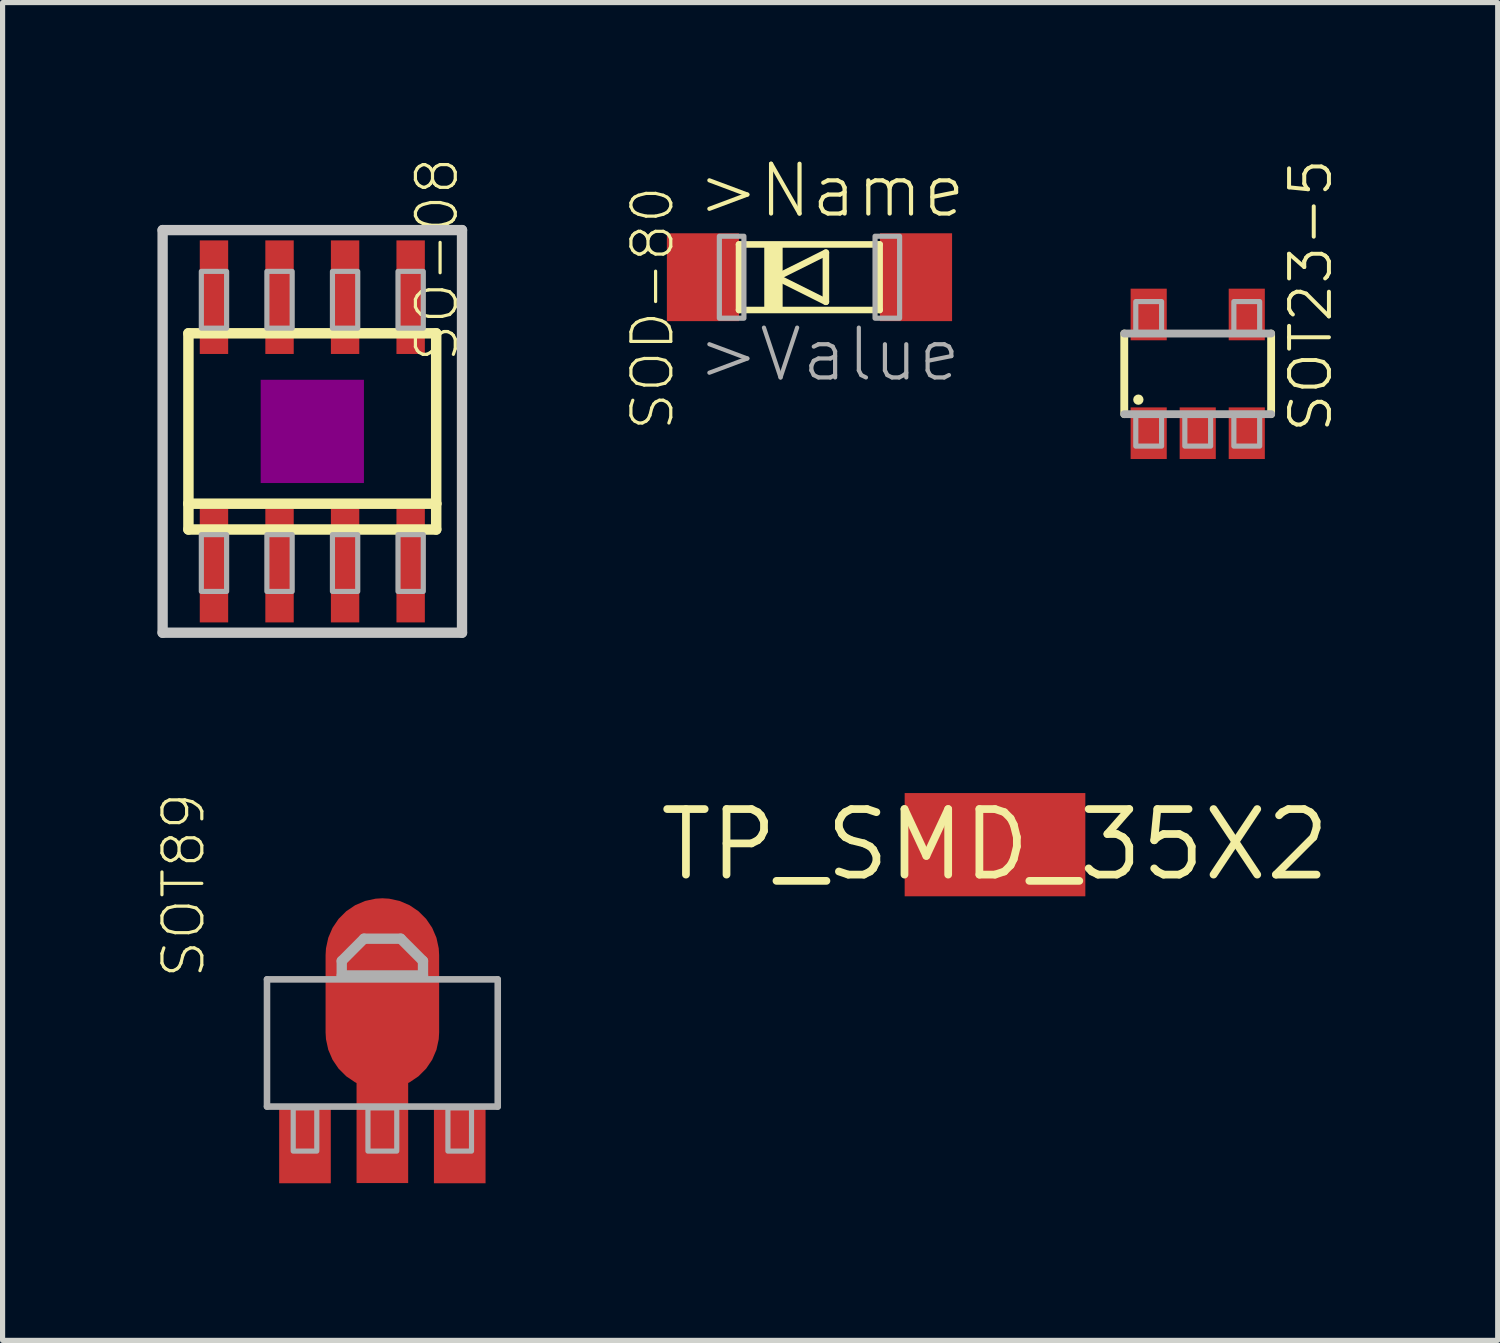
<source format=kicad_pcb>
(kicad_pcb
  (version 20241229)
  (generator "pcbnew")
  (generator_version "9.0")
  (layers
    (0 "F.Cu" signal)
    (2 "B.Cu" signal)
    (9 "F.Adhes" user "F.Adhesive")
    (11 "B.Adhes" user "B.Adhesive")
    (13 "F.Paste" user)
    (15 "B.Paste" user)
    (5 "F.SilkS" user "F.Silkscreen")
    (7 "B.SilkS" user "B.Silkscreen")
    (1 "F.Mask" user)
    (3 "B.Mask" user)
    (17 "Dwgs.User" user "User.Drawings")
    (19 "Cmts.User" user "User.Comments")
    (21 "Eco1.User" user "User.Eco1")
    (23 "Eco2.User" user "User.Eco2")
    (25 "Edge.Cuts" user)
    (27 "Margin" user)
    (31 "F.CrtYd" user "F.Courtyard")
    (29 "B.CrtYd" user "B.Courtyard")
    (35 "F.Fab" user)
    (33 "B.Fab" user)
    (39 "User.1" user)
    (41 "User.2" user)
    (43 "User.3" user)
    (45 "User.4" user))
  (footprint "SOD-80"
    (layer "F.Cu")
    (at 12.79 2.32)
    (property "Reference" "SOD-80" (at -3.2 0.6 270) (layer "F.SilkS") (effects (font (size 0.772 0.772) (thickness 0.062))))
    (attr through_hole)
    (fp_line (start -1.524 -0.635) (end 1.2 -0.635) (stroke (width 0.127) (type solid)) (layer "F.SilkS"))
    (fp_line (start -1.524 0.635) (end -1.524 -0.635) (stroke (width 0.127) (type solid)) (layer "F.SilkS"))
    (fp_line (start -0.794 0) (end 0.159 -0.476) (stroke (width 0.127) (type solid)) (layer "F.SilkS"))
    (fp_line (start 0.159 -0.476) (end 0.159 0.476) (stroke (width 0.127) (type solid)) (layer "F.SilkS"))
    (fp_line (start 0.159 0.476) (end -0.794 0) (stroke (width 0.127) (type solid)) (layer "F.SilkS"))
    (fp_line (start 1.2 -0.635) (end 1.2 0.635) (stroke (width 0.127) (type solid)) (layer "F.SilkS"))
    (fp_line (start 1.2 0.635) (end -1.524 0.635) (stroke (width 0.127) (type solid)) (layer "F.SilkS"))
    (fp_poly (pts (xy -1.035 0.635) (xy -0.679 0.635) (xy -0.679 -0.635) (xy -1.035 -0.635)) (stroke (width 0) (type solid)) (fill yes) (layer "F.SilkS"))
    (fp_poly (pts (xy -1.905 0.794) (xy -1.429 0.794) (xy -1.429 -0.794) (xy -1.905 -0.794)) (stroke (width 0.1) (type solid)) (fill no) (layer "F.Fab"))
    (fp_poly (pts (xy 1.111 0.794) (xy 1.587 0.794) (xy 1.587 -0.794) (xy 1.111 -0.794)) (stroke (width 0.1) (type solid)) (fill no) (layer "F.Fab"))
    (fp_text user ">Name" (at -2.381 -1.111 0) (layer "F.SilkS") (effects (font (size 0.965 0.965) (thickness 0.081)) (justify left bottom)))
    (fp_text user ">Value" (at -2.381 2.064 0) (layer "F.Fab") (effects (font (size 0.965 0.965) (thickness 0.081)) (justify left bottom)))
    (pad "A" smd rect (at 1.905 0) (size 1.397 1.702) (layers "F.Cu" "F.Mask" "F.Paste"))
    (pad "K" smd rect (at -2.223 0) (size 1.397 1.702) (layers "F.Cu" "F.Mask" "F.Paste")))
  (footprint "SOT89"
    (layer "F.Cu")
    (at 4.357 17.141)
    (property "Reference" "SOT89" (at -3.4 -1.2 270) (layer "F.SilkS") (effects (font (size 0.772 0.772) (thickness 0.062)) (justify left bottom)))
    (attr through_hole)
    (fp_poly (pts (xy -2.025 2.775) (xy -0.975 2.775) (xy -0.975 1.2) (xy -2.025 1.2)) (stroke (width 0) (type solid)) (fill yes) (layer "F.Mask"))
    (fp_poly (pts (xy -0.525 2.775) (xy 0.525 2.775) (xy 0.525 1.2) (xy -0.525 1.2)) (stroke (width 0) (type solid)) (fill yes) (layer "F.Mask"))
    (fp_poly (pts (xy 0.975 2.775) (xy 2.025 2.775) (xy 2.025 1.2) (xy 0.975 1.2)) (stroke (width 0) (type solid)) (fill yes) (layer "F.Mask"))
    (fp_poly (pts (xy -1.9 2.68) (xy -1.1 2.68) (xy -1.1 1.28) (xy -1.9 1.28)) (stroke (width 0) (type solid)) (fill yes) (layer "F.Paste"))
    (fp_poly (pts (xy -0.4 2.68) (xy 0.4 2.68) (xy 0.4 1.28) (xy -0.4 1.28)) (stroke (width 0) (type solid)) (fill yes) (layer "F.Paste"))
    (fp_poly (pts (xy 1.1 2.68) (xy 1.9 2.68) (xy 1.9 1.28) (xy 1.1 1.28)) (stroke (width 0) (type solid)) (fill yes) (layer "F.Paste"))
    (fp_line (start -2.235 -1.219) (end 2.235 -1.219) (stroke (width 0.127) (type solid)) (layer "F.Fab"))
    (fp_line (start -2.235 1.245) (end -2.235 -1.219) (stroke (width 0.127) (type solid)) (layer "F.Fab"))
    (fp_line (start -0.787 -1.575) (end -0.356 -2.007) (stroke (width 0.2) (type solid)) (layer "F.Fab"))
    (fp_line (start -0.787 -1.295) (end -0.787 -1.575) (stroke (width 0.2) (type solid)) (layer "F.Fab"))
    (fp_line (start -0.356 -2.007) (end 0.356 -2.007) (stroke (width 0.2) (type solid)) (layer "F.Fab"))
    (fp_line (start 0.356 -2.007) (end 0.787 -1.575) (stroke (width 0.2) (type solid)) (layer "F.Fab"))
    (fp_line (start 0.787 -1.575) (end 0.787 -1.295) (stroke (width 0.2) (type solid)) (layer "F.Fab"))
    (fp_line (start 0.787 -1.295) (end -0.787 -1.295) (stroke (width 0.2) (type solid)) (layer "F.Fab"))
    (fp_line (start 2.235 -1.219) (end 2.235 1.245) (stroke (width 0.127) (type solid)) (layer "F.Fab"))
    (fp_line (start 2.235 1.245) (end -2.235 1.245) (stroke (width 0.127) (type solid)) (layer "F.Fab"))
    (fp_poly (pts (xy -1.727 2.108) (xy -1.27 2.108) (xy -1.27 1.27) (xy -1.727 1.27)) (stroke (width 0.1) (type solid)) (fill no) (layer "F.Fab"))
    (fp_poly (pts (xy -0.279 2.108) (xy 0.279 2.108) (xy 0.279 1.27) (xy -0.279 1.27)) (stroke (width 0.1) (type solid)) (fill no) (layer "F.Fab"))
    (fp_poly (pts (xy 1.27 2.108) (xy 1.727 2.108) (xy 1.727 1.27) (xy 1.27 1.27)) (stroke (width 0.1) (type solid)) (fill no) (layer "F.Fab"))
    (fp_poly (pts (xy -0.787 -1.321) (xy -0.787 -1.575) (xy -0.356 -2.007) (xy 0.305 -2.007) (xy 0.356 -2.007) (xy 0.787 -1.575) (xy 0.787 -1.295) (xy -0.787 -1.295)) (stroke (width 0.1) (type solid)) (fill no) (layer "F.Fab"))
    (pad "1" smd rect (at -1.499 1.981) (size 1 1.5) (layers "F.Cu" "F.Mask"))
    (pad "2" smd rect (at 0 1.727) (size 1 2) (layers "F.Cu" "F.Mask"))
    (pad "2@1" smd roundrect (at 0 -0.94) (size 2.2 3.7) (layers "F.Cu" "F.Mask") (roundrect_rratio 0.5))
    (pad "3" smd rect (at 1.499 1.981) (size 1 1.5) (layers "F.Cu" "F.Mask")))
  (footprint "TP_SMD_35X2"
    (layer "F.Cu")
    (at 16.225 13.313)
    (property "Reference" "TP_SMD_35X2" (at 0 0 0) (layer "F.SilkS") (effects (font (size 1.27 1.27) (thickness 0.15))))
    (attr through_hole)
    (pad "P$1" smd rect (at 0 0) (size 3.5 2) (layers "F.Cu" "F.Mask" "F.Paste")))
  (footprint "SO-08"
    (layer "F.Cu")
    (at 3 5.307)
    (property "Reference" "SO-08" (at 2.867 -1.305 270) (layer "F.SilkS") (effects (font (size 0.772 0.772) (thickness 0.062)) (justify left bottom)))
    (attr through_hole)
    (fp_line (start -2.4 -1.9) (end 2.4 -1.9) (stroke (width 0.203) (type solid)) (layer "F.SilkS"))
    (fp_line (start -2.4 1.4) (end -2.4 -1.9) (stroke (width 0.203) (type solid)) (layer "F.SilkS"))
    (fp_line (start -2.4 1.9) (end -2.4 1.4) (stroke (width 0.203) (type solid)) (layer "F.SilkS"))
    (fp_line (start 2.4 -1.9) (end 2.4 1.4) (stroke (width 0.203) (type solid)) (layer "F.SilkS"))
    (fp_line (start 2.4 1.4) (end -2.4 1.4) (stroke (width 0.203) (type solid)) (layer "F.SilkS"))
    (fp_line (start 2.4 1.4) (end 2.4 1.9) (stroke (width 0.203) (type solid)) (layer "F.SilkS"))
    (fp_line (start 2.4 1.9) (end -2.4 1.9) (stroke (width 0.203) (type solid)) (layer "F.SilkS"))
    (fp_poly (pts (xy -1 1) (xy 1 1) (xy 1 -1) (xy -1 -1)) (stroke (width 0) (type solid)) (fill yes) (layer "F.Adhes"))
    (fp_line (start -2.9 -3.9) (end 2.9 -3.9) (stroke (width 0.2) (type solid)) (layer "Dwgs.User"))
    (fp_line (start -2.9 3.9) (end -2.9 -3.9) (stroke (width 0.2) (type solid)) (layer "Dwgs.User"))
    (fp_line (start 2.9 -3.9) (end 2.9 3.9) (stroke (width 0.2) (type solid)) (layer "Dwgs.User"))
    (fp_line (start 2.9 3.9) (end -2.9 3.9) (stroke (width 0.2) (type solid)) (layer "Dwgs.User"))
    (fp_poly (pts (xy -2.15 -2) (xy -1.66 -2) (xy -1.66 -3.1) (xy -2.15 -3.1)) (stroke (width 0.1) (type solid)) (fill no) (layer "F.Fab"))
    (fp_poly (pts (xy -2.15 3.1) (xy -1.66 3.1) (xy -1.66 2) (xy -2.15 2)) (stroke (width 0.1) (type solid)) (fill no) (layer "F.Fab"))
    (fp_poly (pts (xy -0.88 -2) (xy -0.39 -2) (xy -0.39 -3.1) (xy -0.88 -3.1)) (stroke (width 0.1) (type solid)) (fill no) (layer "F.Fab"))
    (fp_poly (pts (xy -0.88 3.1) (xy -0.39 3.1) (xy -0.39 2) (xy -0.88 2)) (stroke (width 0.1) (type solid)) (fill no) (layer "F.Fab"))
    (fp_poly (pts (xy 0.39 -2) (xy 0.88 -2) (xy 0.88 -3.1) (xy 0.39 -3.1)) (stroke (width 0.1) (type solid)) (fill no) (layer "F.Fab"))
    (fp_poly (pts (xy 0.39 3.1) (xy 0.88 3.1) (xy 0.88 2) (xy 0.39 2)) (stroke (width 0.1) (type solid)) (fill no) (layer "F.Fab"))
    (fp_poly (pts (xy 1.66 -2) (xy 2.15 -2) (xy 2.15 -3.1) (xy 1.66 -3.1)) (stroke (width 0.1) (type solid)) (fill no) (layer "F.Fab"))
    (fp_poly (pts (xy 1.66 3.1) (xy 2.15 3.1) (xy 2.15 2) (xy 1.66 2)) (stroke (width 0.1) (type solid)) (fill no) (layer "F.Fab"))
    (pad "1" smd rect (at -1.905 2.6) (size 0.55 2.2) (layers "F.Cu" "F.Mask" "F.Paste"))
    (pad "2" smd rect (at -0.635 2.6) (size 0.55 2.2) (layers "F.Cu" "F.Mask" "F.Paste"))
    (pad "3" smd rect (at 0.635 2.6) (size 0.55 2.2) (layers "F.Cu" "F.Mask" "F.Paste"))
    (pad "4" smd rect (at 1.905 2.6) (size 0.55 2.2) (layers "F.Cu" "F.Mask" "F.Paste"))
    (pad "5" smd rect (at 1.905 -2.6) (size 0.55 2.2) (layers "F.Cu" "F.Mask" "F.Paste"))
    (pad "6" smd rect (at 0.635 -2.6) (size 0.55 2.2) (layers "F.Cu" "F.Mask" "F.Paste"))
    (pad "7" smd rect (at -0.635 -2.6) (size 0.55 2.2) (layers "F.Cu" "F.Mask" "F.Paste"))
    (pad "8" smd rect (at -1.905 -2.6) (size 0.55 2.2) (layers "F.Cu" "F.Mask" "F.Paste")))
  (footprint "SOT23-5"
    (layer "F.Cu")
    (at 20.192 4.172)
    (property "Reference" "SOT23-5" (at 2.6 1.2 90) (layer "F.SilkS") (effects (font (size 0.772 0.772) (thickness 0.077)) (justify left bottom)))
    (attr through_hole)
    (fp_line (start -1.463 0.801) (end -1.463 -0.761) (stroke (width 0.152) (type solid)) (layer "F.SilkS"))
    (fp_line (start 1.382 -0.761) (end 1.382 0.801) (stroke (width 0.152) (type solid)) (layer "F.SilkS"))
    (fp_circle (center -1.19 0.52) (end -1.14 0.52) (stroke (width 0.1) (type solid)) (fill no) (layer "F.SilkS"))
    (fp_line (start -1.463 -0.761) (end 1.382 -0.761) (stroke (width 0.152) (type solid)) (layer "F.Fab"))
    (fp_line (start 1.382 0.801) (end -1.463 0.801) (stroke (width 0.152) (type solid)) (layer "F.Fab"))
    (fp_poly (pts (xy -1.24 -0.78) (xy -0.74 -0.78) (xy -0.74 -1.38) (xy -1.24 -1.38)) (stroke (width 0.1) (type solid)) (fill no) (layer "F.Fab"))
    (fp_poly (pts (xy -1.24 1.42) (xy -0.74 1.42) (xy -0.74 0.82) (xy -1.24 0.82)) (stroke (width 0.1) (type solid)) (fill no) (layer "F.Fab"))
    (fp_poly (pts (xy -0.29 1.42) (xy 0.21 1.42) (xy 0.21 0.82) (xy -0.29 0.82)) (stroke (width 0.1) (type solid)) (fill no) (layer "F.Fab"))
    (fp_poly (pts (xy 0.66 -0.78) (xy 1.16 -0.78) (xy 1.16 -1.38) (xy 0.66 -1.38)) (stroke (width 0.1) (type solid)) (fill no) (layer "F.Fab"))
    (fp_poly (pts (xy 0.66 1.42) (xy 1.16 1.42) (xy 1.16 0.82) (xy 0.66 0.82)) (stroke (width 0.1) (type solid)) (fill no) (layer "F.Fab"))
    (pad "1" smd rect (at -0.99 1.17) (size 0.7 1) (layers "F.Cu" "F.Mask" "F.Paste"))
    (pad "2" smd rect (at -0.04 1.17) (size 0.7 1) (layers "F.Cu" "F.Mask" "F.Paste"))
    (pad "3" smd rect (at 0.91 1.17) (size 0.7 1) (layers "F.Cu" "F.Mask" "F.Paste"))
    (pad "4" smd rect (at 0.91 -1.13) (size 0.7 1) (layers "F.Cu" "F.Mask" "F.Paste"))
    (pad "5" smd rect (at -0.99 -1.13) (size 0.7 1) (layers "F.Cu" "F.Mask" "F.Paste")))
  (gr_rect
    (start -3 -3)
    (end 25.963 22.916)
    (stroke (width 0.1) (type default))
    (fill no)
    (layer "Edge.Cuts")))
</source>
